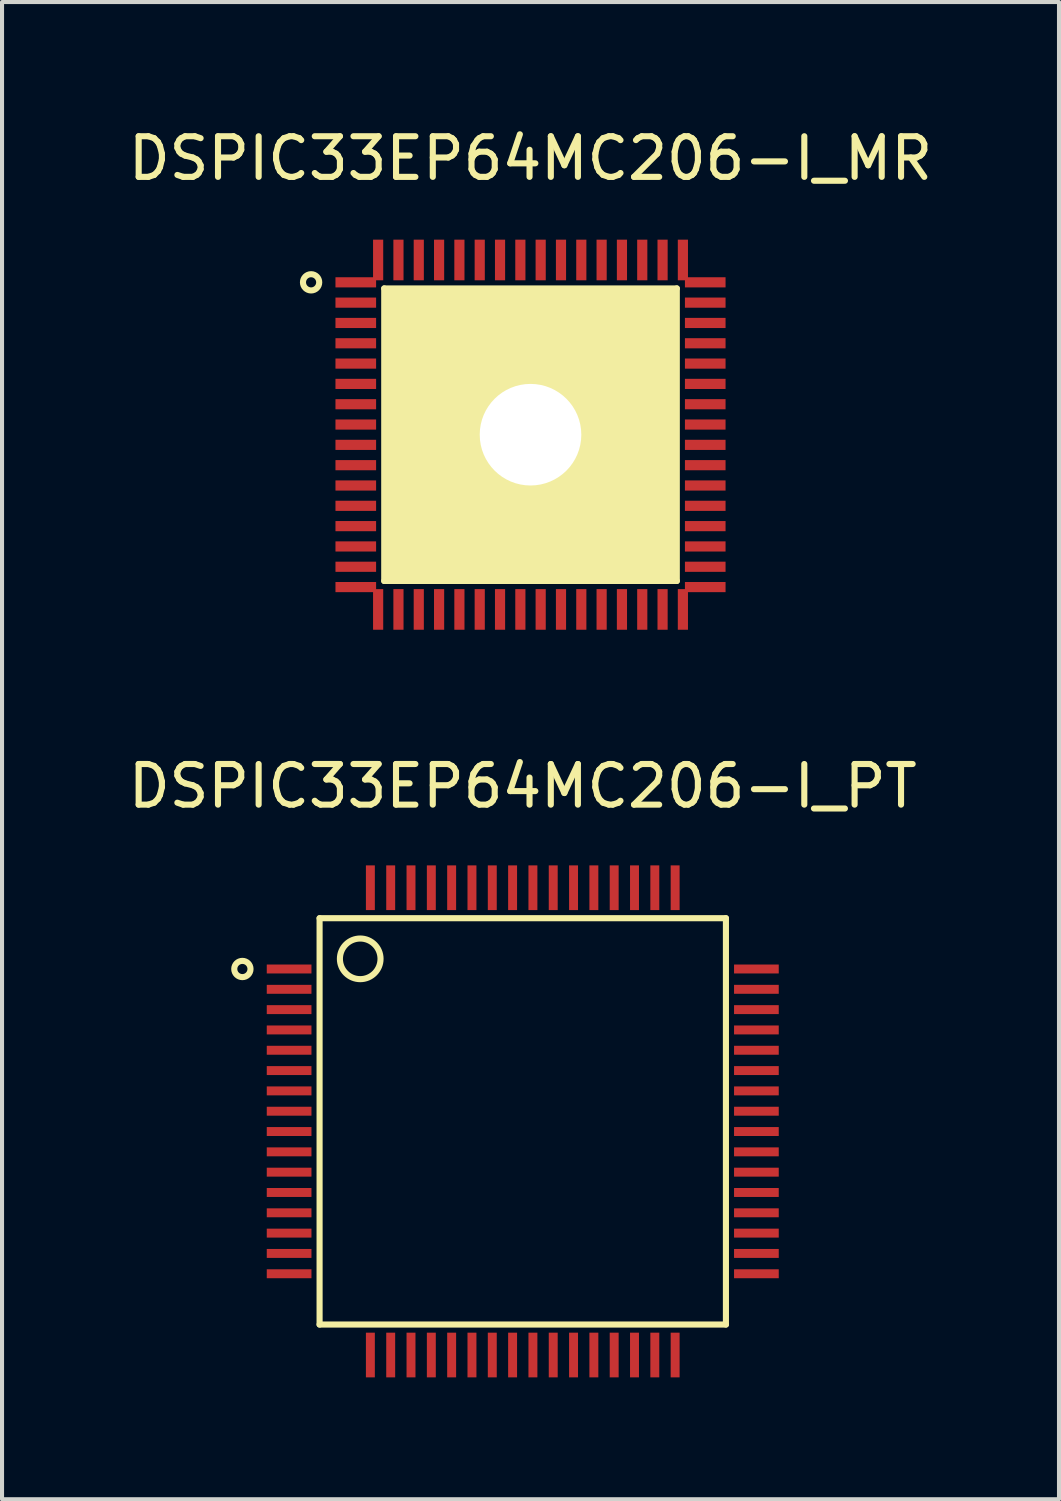
<source format=kicad_pcb>
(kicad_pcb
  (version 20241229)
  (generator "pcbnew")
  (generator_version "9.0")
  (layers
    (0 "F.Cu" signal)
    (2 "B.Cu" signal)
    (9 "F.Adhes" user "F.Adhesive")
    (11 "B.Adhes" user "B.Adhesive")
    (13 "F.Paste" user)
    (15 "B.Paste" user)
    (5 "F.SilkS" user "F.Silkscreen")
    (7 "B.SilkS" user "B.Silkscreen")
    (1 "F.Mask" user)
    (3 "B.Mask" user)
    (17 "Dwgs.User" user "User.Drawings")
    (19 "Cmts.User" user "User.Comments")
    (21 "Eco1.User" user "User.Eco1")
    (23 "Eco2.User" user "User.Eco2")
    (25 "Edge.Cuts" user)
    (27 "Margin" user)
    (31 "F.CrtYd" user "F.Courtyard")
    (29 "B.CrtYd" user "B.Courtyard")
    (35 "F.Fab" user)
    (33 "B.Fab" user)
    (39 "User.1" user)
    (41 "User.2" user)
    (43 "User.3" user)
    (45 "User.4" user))
  (footprint "DSPIC33EP64MC206-I_MR"
    (layer "F.Cu")
    (at 5.706 3.348)
    (property "Reference" "DSPIC33EP64MC206-I_MR" (at 4.3 -2.5 0) (layer "F.SilkS") (effects (font (size 1 1) (thickness 0.15))))
    (attr through_hole)
    (fp_line (start 0.7 0.7) (end 0.7 7.9) (stroke (width 0.15) (type solid)) (layer "F.SilkS"))
    (fp_line (start 0.7 0.7) (end 7.9 0.7) (stroke (width 0.15) (type solid)) (layer "F.SilkS"))
    (fp_line (start 0.7 7.9) (end 7.9 7.9) (stroke (width 0.15) (type solid)) (layer "F.SilkS"))
    (fp_line (start 7.9 7.9) (end 7.9 0.7) (stroke (width 0.15) (type solid)) (layer "F.SilkS"))
    (fp_circle (center -1.1 0.55) (end -1.1 0.35) (stroke (width 0.15) (type solid)) (fill no) (layer "F.SilkS"))
    (fp_circle (center 1.7 1.7) (end 1.7 1.2) (stroke (width 0.15) (type solid)) (fill no) (layer "F.SilkS"))
    (pad "1" smd rect (at 0 0.55) (size 1 0.25) (layers "F.Cu" "F.Mask" "F.Paste"))
    (pad "2" smd rect (at 0 1.05) (size 1 0.25) (layers "F.Cu" "F.Mask" "F.Paste"))
    (pad "3" smd rect (at 0 1.55) (size 1 0.25) (layers "F.Cu" "F.Mask" "F.Paste"))
    (pad "4" smd rect (at 0 2.05) (size 1 0.25) (layers "F.Cu" "F.Mask" "F.Paste"))
    (pad "5" smd rect (at 0 2.55) (size 1 0.25) (layers "F.Cu" "F.Mask" "F.Paste"))
    (pad "6" smd rect (at 0 3.05) (size 1 0.25) (layers "F.Cu" "F.Mask" "F.Paste"))
    (pad "7" smd rect (at 0 3.55) (size 1 0.25) (layers "F.Cu" "F.Mask" "F.Paste"))
    (pad "8" smd rect (at 0 4.05) (size 1 0.25) (layers "F.Cu" "F.Mask" "F.Paste"))
    (pad "9" smd rect (at 0 4.55) (size 1 0.25) (layers "F.Cu" "F.Mask" "F.Paste"))
    (pad "10" smd rect (at 0 5.05) (size 1 0.25) (layers "F.Cu" "F.Mask" "F.Paste"))
    (pad "11" smd rect (at 0 5.55) (size 1 0.25) (layers "F.Cu" "F.Mask" "F.Paste"))
    (pad "12" smd rect (at 0 6.05) (size 1 0.25) (layers "F.Cu" "F.Mask" "F.Paste"))
    (pad "13" smd rect (at 0 6.55) (size 1 0.25) (layers "F.Cu" "F.Mask" "F.Paste"))
    (pad "14" smd rect (at 0 7.05) (size 1 0.25) (layers "F.Cu" "F.Mask" "F.Paste"))
    (pad "15" smd rect (at 0 7.55) (size 1 0.25) (layers "F.Cu" "F.Mask" "F.Paste"))
    (pad "16" smd rect (at 0 8.05) (size 1 0.25) (layers "F.Cu" "F.Mask" "F.Paste"))
    (pad "17" smd rect (at 0.55 8.6) (size 0.25 1) (layers "F.Cu" "F.Mask" "F.Paste"))
    (pad "18" smd rect (at 1.05 8.6) (size 0.25 1) (layers "F.Cu" "F.Mask" "F.Paste"))
    (pad "19" smd rect (at 1.55 8.6) (size 0.25 1) (layers "F.Cu" "F.Mask" "F.Paste"))
    (pad "20" smd rect (at 2.05 8.6) (size 0.25 1) (layers "F.Cu" "F.Mask" "F.Paste"))
    (pad "21" smd rect (at 2.55 8.6) (size 0.25 1) (layers "F.Cu" "F.Mask" "F.Paste"))
    (pad "22" smd rect (at 3.05 8.6) (size 0.25 1) (layers "F.Cu" "F.Mask" "F.Paste"))
    (pad "23" smd rect (at 3.55 8.6) (size 0.25 1) (layers "F.Cu" "F.Mask" "F.Paste"))
    (pad "24" smd rect (at 4.05 8.6) (size 0.25 1) (layers "F.Cu" "F.Mask" "F.Paste"))
    (pad "25" smd rect (at 4.55 8.6) (size 0.25 1) (layers "F.Cu" "F.Mask" "F.Paste"))
    (pad "26" smd rect (at 5.05 8.6) (size 0.25 1) (layers "F.Cu" "F.Mask" "F.Paste"))
    (pad "27" smd rect (at 5.55 8.6) (size 0.25 1) (layers "F.Cu" "F.Mask" "F.Paste"))
    (pad "28" smd rect (at 6.05 8.6) (size 0.25 1) (layers "F.Cu" "F.Mask" "F.Paste"))
    (pad "29" smd rect (at 6.55 8.6) (size 0.25 1) (layers "F.Cu" "F.Mask" "F.Paste"))
    (pad "30" smd rect (at 7.05 8.6) (size 0.25 1) (layers "F.Cu" "F.Mask" "F.Paste"))
    (pad "31" smd rect (at 7.55 8.6) (size 0.25 1) (layers "F.Cu" "F.Mask" "F.Paste"))
    (pad "32" smd rect (at 8.05 8.6) (size 0.25 1) (layers "F.Cu" "F.Mask" "F.Paste"))
    (pad "33" smd rect (at 8.6 8.05) (size 1 0.25) (layers "F.Cu" "F.Mask" "F.Paste"))
    (pad "34" smd rect (at 8.6 7.55) (size 1 0.25) (layers "F.Cu" "F.Mask" "F.Paste"))
    (pad "35" smd rect (at 8.6 7.05) (size 1 0.25) (layers "F.Cu" "F.Mask" "F.Paste"))
    (pad "36" smd rect (at 8.6 6.55) (size 1 0.25) (layers "F.Cu" "F.Mask" "F.Paste"))
    (pad "37" smd rect (at 8.6 6.05) (size 1 0.25) (layers "F.Cu" "F.Mask" "F.Paste"))
    (pad "38" smd rect (at 8.6 5.55) (size 1 0.25) (layers "F.Cu" "F.Mask" "F.Paste"))
    (pad "39" smd rect (at 8.6 5.05) (size 1 0.25) (layers "F.Cu" "F.Mask" "F.Paste"))
    (pad "40" smd rect (at 8.6 4.55) (size 1 0.25) (layers "F.Cu" "F.Mask" "F.Paste"))
    (pad "41" smd rect (at 8.6 4.05) (size 1 0.25) (layers "F.Cu" "F.Mask" "F.Paste"))
    (pad "42" smd rect (at 8.6 3.55) (size 1 0.25) (layers "F.Cu" "F.Mask" "F.Paste"))
    (pad "43" smd rect (at 8.6 3.05) (size 1 0.25) (layers "F.Cu" "F.Mask" "F.Paste"))
    (pad "44" smd rect (at 8.6 2.55) (size 1 0.25) (layers "F.Cu" "F.Mask" "F.Paste"))
    (pad "45" smd rect (at 8.6 2.05) (size 1 0.25) (layers "F.Cu" "F.Mask" "F.Paste"))
    (pad "46" smd rect (at 8.6 1.55) (size 1 0.25) (layers "F.Cu" "F.Mask" "F.Paste"))
    (pad "47" smd rect (at 8.6 1.05) (size 1 0.25) (layers "F.Cu" "F.Mask" "F.Paste"))
    (pad "48" smd rect (at 8.6 0.55) (size 1 0.25) (layers "F.Cu" "F.Mask" "F.Paste"))
    (pad "49" smd rect (at 8.05 0) (size 0.25 1) (layers "F.Cu" "F.Mask" "F.Paste"))
    (pad "50" smd rect (at 7.55 0) (size 0.25 1) (layers "F.Cu" "F.Mask" "F.Paste"))
    (pad "51" smd rect (at 7.05 0) (size 0.25 1) (layers "F.Cu" "F.Mask" "F.Paste"))
    (pad "52" smd rect (at 6.55 0) (size 0.25 1) (layers "F.Cu" "F.Mask" "F.Paste"))
    (pad "53" smd rect (at 6.05 0) (size 0.25 1) (layers "F.Cu" "F.Mask" "F.Paste"))
    (pad "54" smd rect (at 5.55 0) (size 0.25 1) (layers "F.Cu" "F.Mask" "F.Paste"))
    (pad "55" smd rect (at 5.05 0) (size 0.25 1) (layers "F.Cu" "F.Mask" "F.Paste"))
    (pad "56" smd rect (at 4.55 0) (size 0.25 1) (layers "F.Cu" "F.Mask" "F.Paste"))
    (pad "57" smd rect (at 4.05 0) (size 0.25 1) (layers "F.Cu" "F.Mask" "F.Paste"))
    (pad "58" smd rect (at 3.55 0) (size 0.25 1) (layers "F.Cu" "F.Mask" "F.Paste"))
    (pad "59" smd rect (at 3.05 0) (size 0.25 1) (layers "F.Cu" "F.Mask" "F.Paste"))
    (pad "60" smd rect (at 2.55 0) (size 0.25 1) (layers "F.Cu" "F.Mask" "F.Paste"))
    (pad "61" smd rect (at 2.05 0) (size 0.25 1) (layers "F.Cu" "F.Mask" "F.Paste"))
    (pad "62" smd rect (at 1.55 0) (size 0.25 1) (layers "F.Cu" "F.Mask" "F.Paste"))
    (pad "63" smd rect (at 1.05 0) (size 0.25 1) (layers "F.Cu" "F.Mask" "F.Paste"))
    (pad "64" smd rect (at 0.55 0) (size 0.25 1) (layers "F.Cu" "F.Mask" "F.Paste"))
    (pad "999" thru_hole rect (at 4.3 4.3) (size 7.15 7.15) (drill 2.5) (layers "*.Cu" "*.Mask" "F.SilkS")))
  (footprint "DSPIC33EP64MC206-I_PT"
    (layer "F.Cu")
    (at 4.065 18.797)
    (property "Reference" "DSPIC33EP64MC206-I_PT" (at 5.75 -2.5 0) (layer "F.SilkS") (effects (font (size 1 1) (thickness 0.15))))
    (attr through_hole)
    (fp_line (start 0.75 0.75) (end 0.75 10.75) (stroke (width 0.15) (type solid)) (layer "F.SilkS"))
    (fp_line (start 0.75 0.75) (end 10.75 0.75) (stroke (width 0.15) (type solid)) (layer "F.SilkS"))
    (fp_line (start 0.75 10.75) (end 10.75 10.75) (stroke (width 0.15) (type solid)) (layer "F.SilkS"))
    (fp_line (start 10.75 10.75) (end 10.75 0.75) (stroke (width 0.15) (type solid)) (layer "F.SilkS"))
    (fp_circle (center -1.15 2) (end -1.15 1.8) (stroke (width 0.15) (type solid)) (fill no) (layer "F.SilkS"))
    (fp_circle (center 1.75 1.75) (end 1.75 1.25) (stroke (width 0.15) (type solid)) (fill no) (layer "F.SilkS"))
    (pad "1" smd rect (at 0 2) (size 1.1 0.22) (layers "F.Cu" "F.Mask" "F.Paste"))
    (pad "2" smd rect (at 0 2.5) (size 1.1 0.22) (layers "F.Cu" "F.Mask" "F.Paste"))
    (pad "3" smd rect (at 0 3) (size 1.1 0.22) (layers "F.Cu" "F.Mask" "F.Paste"))
    (pad "4" smd rect (at 0 3.5) (size 1.1 0.22) (layers "F.Cu" "F.Mask" "F.Paste"))
    (pad "5" smd rect (at 0 4) (size 1.1 0.22) (layers "F.Cu" "F.Mask" "F.Paste"))
    (pad "6" smd rect (at 0 4.5) (size 1.1 0.22) (layers "F.Cu" "F.Mask" "F.Paste"))
    (pad "7" smd rect (at 0 5) (size 1.1 0.22) (layers "F.Cu" "F.Mask" "F.Paste"))
    (pad "8" smd rect (at 0 5.5) (size 1.1 0.22) (layers "F.Cu" "F.Mask" "F.Paste"))
    (pad "9" smd rect (at 0 6) (size 1.1 0.22) (layers "F.Cu" "F.Mask" "F.Paste"))
    (pad "10" smd rect (at 0 6.5) (size 1.1 0.22) (layers "F.Cu" "F.Mask" "F.Paste"))
    (pad "11" smd rect (at 0 7) (size 1.1 0.22) (layers "F.Cu" "F.Mask" "F.Paste"))
    (pad "12" smd rect (at 0 7.5) (size 1.1 0.22) (layers "F.Cu" "F.Mask" "F.Paste"))
    (pad "13" smd rect (at 0 8) (size 1.1 0.22) (layers "F.Cu" "F.Mask" "F.Paste"))
    (pad "14" smd rect (at 0 8.5) (size 1.1 0.22) (layers "F.Cu" "F.Mask" "F.Paste"))
    (pad "15" smd rect (at 0 9) (size 1.1 0.22) (layers "F.Cu" "F.Mask" "F.Paste"))
    (pad "16" smd rect (at 0 9.5) (size 1.1 0.22) (layers "F.Cu" "F.Mask" "F.Paste"))
    (pad "17" smd rect (at 2 11.5) (size 0.22 1.1) (layers "F.Cu" "F.Mask" "F.Paste"))
    (pad "18" smd rect (at 2.5 11.5) (size 0.22 1.1) (layers "F.Cu" "F.Mask" "F.Paste"))
    (pad "19" smd rect (at 3 11.5) (size 0.22 1.1) (layers "F.Cu" "F.Mask" "F.Paste"))
    (pad "20" smd rect (at 3.5 11.5) (size 0.22 1.1) (layers "F.Cu" "F.Mask" "F.Paste"))
    (pad "21" smd rect (at 4 11.5) (size 0.22 1.1) (layers "F.Cu" "F.Mask" "F.Paste"))
    (pad "22" smd rect (at 4.5 11.5) (size 0.22 1.1) (layers "F.Cu" "F.Mask" "F.Paste"))
    (pad "23" smd rect (at 5 11.5) (size 0.22 1.1) (layers "F.Cu" "F.Mask" "F.Paste"))
    (pad "24" smd rect (at 5.5 11.5) (size 0.22 1.1) (layers "F.Cu" "F.Mask" "F.Paste"))
    (pad "25" smd rect (at 6 11.5) (size 0.22 1.1) (layers "F.Cu" "F.Mask" "F.Paste"))
    (pad "26" smd rect (at 6.5 11.5) (size 0.22 1.1) (layers "F.Cu" "F.Mask" "F.Paste"))
    (pad "27" smd rect (at 7 11.5) (size 0.22 1.1) (layers "F.Cu" "F.Mask" "F.Paste"))
    (pad "28" smd rect (at 7.5 11.5) (size 0.22 1.1) (layers "F.Cu" "F.Mask" "F.Paste"))
    (pad "29" smd rect (at 8 11.5) (size 0.22 1.1) (layers "F.Cu" "F.Mask" "F.Paste"))
    (pad "30" smd rect (at 8.5 11.5) (size 0.22 1.1) (layers "F.Cu" "F.Mask" "F.Paste"))
    (pad "31" smd rect (at 9 11.5) (size 0.22 1.1) (layers "F.Cu" "F.Mask" "F.Paste"))
    (pad "32" smd rect (at 9.5 11.5) (size 0.22 1.1) (layers "F.Cu" "F.Mask" "F.Paste"))
    (pad "33" smd rect (at 11.5 9.5) (size 1.1 0.22) (layers "F.Cu" "F.Mask" "F.Paste"))
    (pad "34" smd rect (at 11.5 9) (size 1.1 0.22) (layers "F.Cu" "F.Mask" "F.Paste"))
    (pad "35" smd rect (at 11.5 8.5) (size 1.1 0.22) (layers "F.Cu" "F.Mask" "F.Paste"))
    (pad "36" smd rect (at 11.5 8) (size 1.1 0.22) (layers "F.Cu" "F.Mask" "F.Paste"))
    (pad "37" smd rect (at 11.5 7.5) (size 1.1 0.22) (layers "F.Cu" "F.Mask" "F.Paste"))
    (pad "38" smd rect (at 11.5 7) (size 1.1 0.22) (layers "F.Cu" "F.Mask" "F.Paste"))
    (pad "39" smd rect (at 11.5 6.5) (size 1.1 0.22) (layers "F.Cu" "F.Mask" "F.Paste"))
    (pad "40" smd rect (at 11.5 6) (size 1.1 0.22) (layers "F.Cu" "F.Mask" "F.Paste"))
    (pad "41" smd rect (at 11.5 5.5) (size 1.1 0.22) (layers "F.Cu" "F.Mask" "F.Paste"))
    (pad "42" smd rect (at 11.5 5) (size 1.1 0.22) (layers "F.Cu" "F.Mask" "F.Paste"))
    (pad "43" smd rect (at 11.5 4.5) (size 1.1 0.22) (layers "F.Cu" "F.Mask" "F.Paste"))
    (pad "44" smd rect (at 11.5 4) (size 1.1 0.22) (layers "F.Cu" "F.Mask" "F.Paste"))
    (pad "45" smd rect (at 11.5 3.5) (size 1.1 0.22) (layers "F.Cu" "F.Mask" "F.Paste"))
    (pad "46" smd rect (at 11.5 3) (size 1.1 0.22) (layers "F.Cu" "F.Mask" "F.Paste"))
    (pad "47" smd rect (at 11.5 2.5) (size 1.1 0.22) (layers "F.Cu" "F.Mask" "F.Paste"))
    (pad "48" smd rect (at 11.5 2) (size 1.1 0.22) (layers "F.Cu" "F.Mask" "F.Paste"))
    (pad "49" smd rect (at 9.5 0) (size 0.22 1.1) (layers "F.Cu" "F.Mask" "F.Paste"))
    (pad "50" smd rect (at 9 0) (size 0.22 1.1) (layers "F.Cu" "F.Mask" "F.Paste"))
    (pad "51" smd rect (at 8.5 0) (size 0.22 1.1) (layers "F.Cu" "F.Mask" "F.Paste"))
    (pad "52" smd rect (at 8 0) (size 0.22 1.1) (layers "F.Cu" "F.Mask" "F.Paste"))
    (pad "53" smd rect (at 7.5 0) (size 0.22 1.1) (layers "F.Cu" "F.Mask" "F.Paste"))
    (pad "54" smd rect (at 7 0) (size 0.22 1.1) (layers "F.Cu" "F.Mask" "F.Paste"))
    (pad "55" smd rect (at 6.5 0) (size 0.22 1.1) (layers "F.Cu" "F.Mask" "F.Paste"))
    (pad "56" smd rect (at 6 0) (size 0.22 1.1) (layers "F.Cu" "F.Mask" "F.Paste"))
    (pad "57" smd rect (at 5.5 0) (size 0.22 1.1) (layers "F.Cu" "F.Mask" "F.Paste"))
    (pad "58" smd rect (at 5 0) (size 0.22 1.1) (layers "F.Cu" "F.Mask" "F.Paste"))
    (pad "59" smd rect (at 4.5 0) (size 0.22 1.1) (layers "F.Cu" "F.Mask" "F.Paste"))
    (pad "60" smd rect (at 4 0) (size 0.22 1.1) (layers "F.Cu" "F.Mask" "F.Paste"))
    (pad "61" smd rect (at 3.5 0) (size 0.22 1.1) (layers "F.Cu" "F.Mask" "F.Paste"))
    (pad "62" smd rect (at 3 0) (size 0.22 1.1) (layers "F.Cu" "F.Mask" "F.Paste"))
    (pad "63" smd rect (at 2.5 0) (size 0.22 1.1) (layers "F.Cu" "F.Mask" "F.Paste"))
    (pad "64" smd rect (at 2 0) (size 0.22 1.1) (layers "F.Cu" "F.Mask" "F.Paste")))
  (gr_rect
    (start -3 -3)
    (end 23.012 33.846)
    (stroke (width 0.1) (type default))
    (fill no)
    (layer "Edge.Cuts")))
</source>
